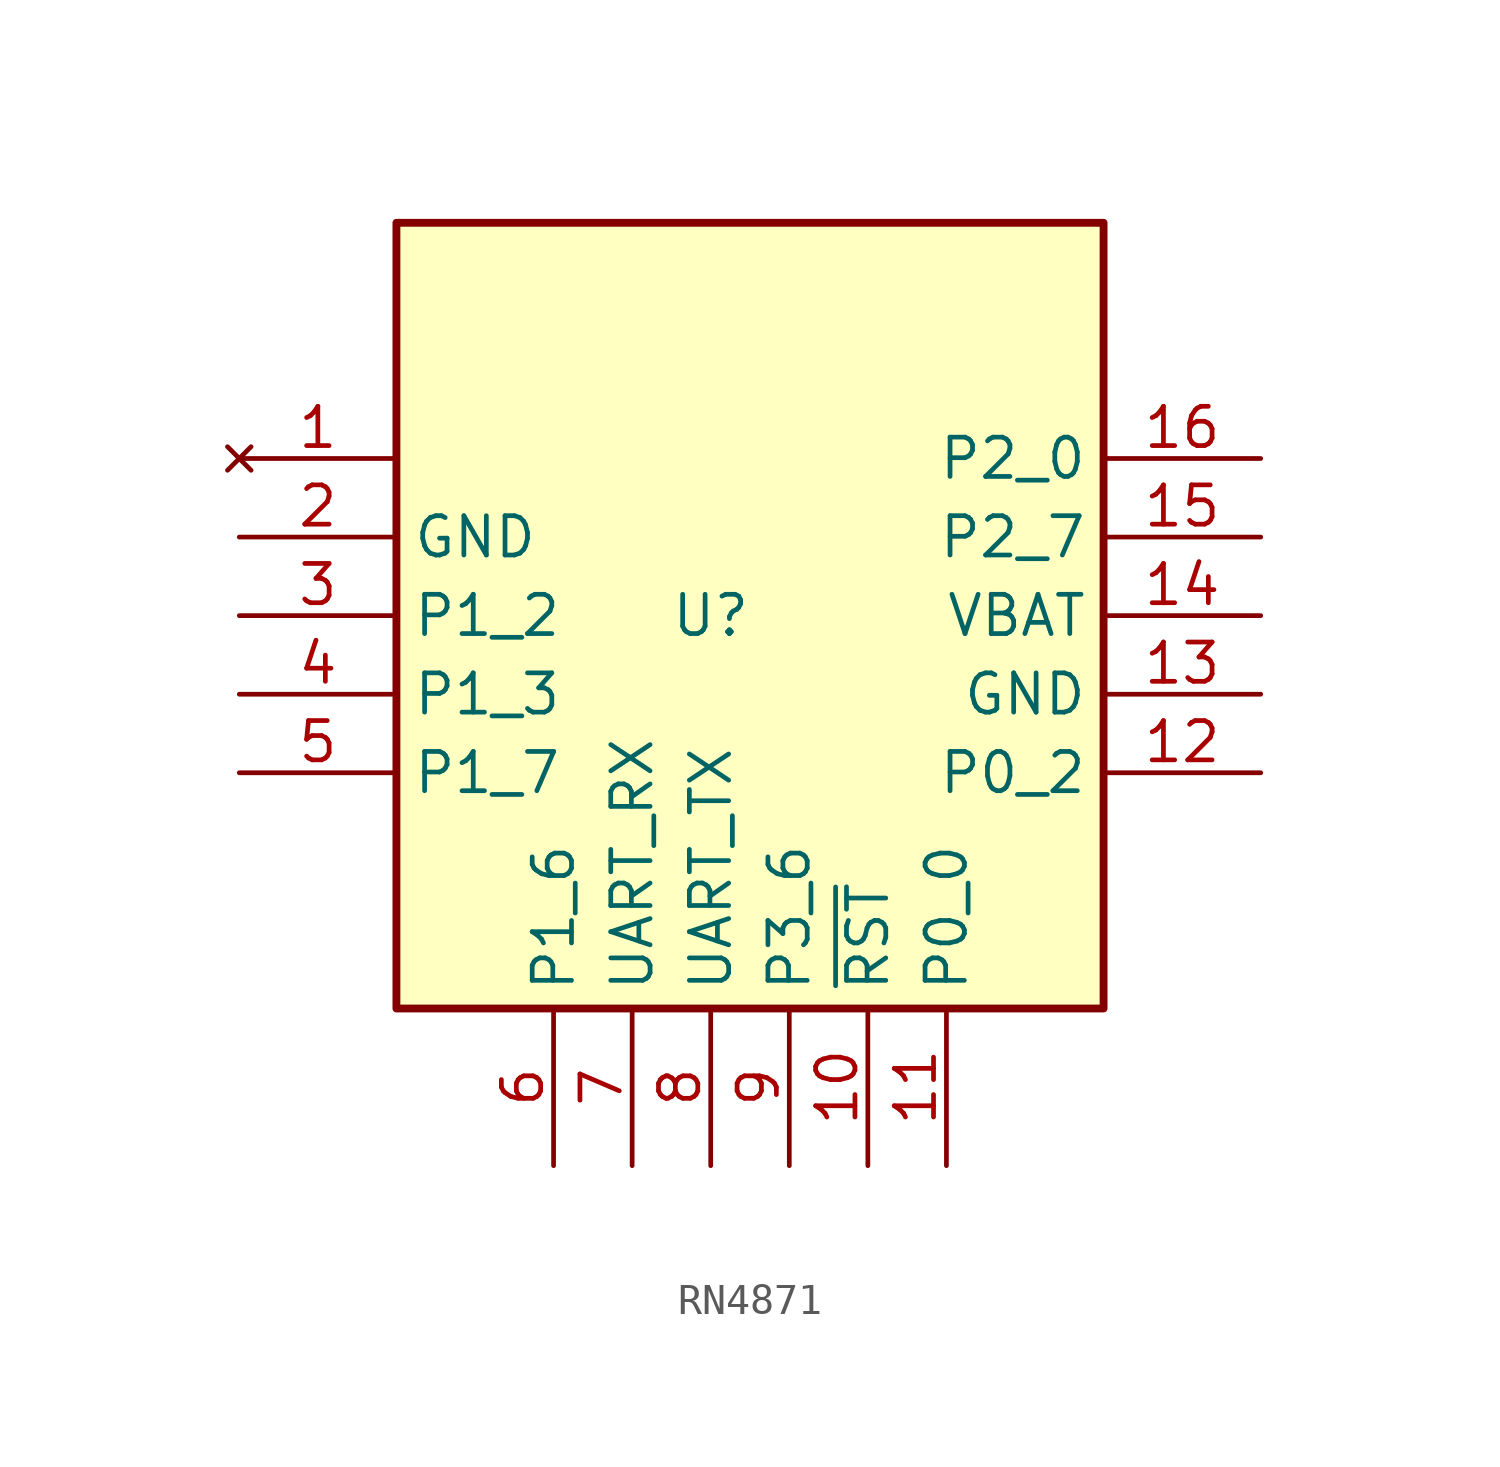
<source format=kicad_sym>
(kicad_symbol_lib
  (version 20231120)
  (generator "kicad_symbol_editor")
  (generator_version "8.0")
  (symbol "RN4871"
    (property "Reference" "U"
      (at 0 0 0)
      (effects (font (size 1.27 1.27))))
    (property "Value" ""
      (at -2.54 -2.54 0)
      (effects (font (size 1.27 1.27))))
    (symbol "RN4871_1_1"
      (rectangle (start -10.16 12.7) (end 12.7 -12.7) (stroke (width 0.254) (type default)) (fill (type background)))
      (pin no_connect line (at -15.24 5.08 0) (length 5.08) (name "" (effects (font (size 1.27 1.27)))) (number "1" (effects (font (size 1.27 1.27)))))
      (pin input line (at 5.08 -17.78 90) (length 5.08) (name "~{RST}" (effects (font (size 1.27 1.27)))) (number "10" (effects (font (size 1.27 1.27)))))
      (pin bidirectional line (at 7.62 -17.78 90) (length 5.08) (name "P0_0" (effects (font (size 1.27 1.27)))) (number "11" (effects (font (size 1.27 1.27)))))
      (pin bidirectional line (at 17.78 -5.08 180) (length 5.08) (name "P0_2" (effects (font (size 1.27 1.27)))) (number "12" (effects (font (size 1.27 1.27)))))
      (pin power_in line (at 17.78 -2.54 180) (length 5.08) (name "GND" (effects (font (size 1.27 1.27)))) (number "13" (effects (font (size 1.27 1.27)))))
      (pin power_in line (at 17.78 0 180) (length 5.08) (name "VBAT" (effects (font (size 1.27 1.27)))) (number "14" (effects (font (size 1.27 1.27)))))
      (pin output line (at 17.78 2.54 180) (length 5.08) (name "P2_7" (effects (font (size 1.27 1.27)))) (number "15" (effects (font (size 1.27 1.27)))))
      (pin input line (at 17.78 5.08 180) (length 5.08) (name "P2_0" (effects (font (size 1.27 1.27)))) (number "16" (effects (font (size 1.27 1.27)))))
      (pin power_in line (at -15.24 2.54 0) (length 5.08) (name "GND" (effects (font (size 1.27 1.27)))) (number "2" (effects (font (size 1.27 1.27)))))
      (pin bidirectional line (at -15.24 0 0) (length 5.08) (name "P1_2" (effects (font (size 1.27 1.27)))) (number "3" (effects (font (size 1.27 1.27)))))
      (pin bidirectional line (at -15.24 -2.54 0) (length 5.08) (name "P1_3" (effects (font (size 1.27 1.27)))) (number "4" (effects (font (size 1.27 1.27)))))
      (pin passive line (at -15.24 -5.08 0) (length 5.08) (name "P1_7" (effects (font (size 1.27 1.27)))) (number "5" (effects (font (size 1.27 1.27)))))
      (pin passive line (at -5.08 -17.78 90) (length 5.08) (name "P1_6" (effects (font (size 1.27 1.27)))) (number "6" (effects (font (size 1.27 1.27)))))
      (pin power_in line (at -2.54 -17.78 90) (length 5.08) (name "UART_RX" (effects (font (size 1.27 1.27)))) (number "7" (effects (font (size 1.27 1.27)))))
      (pin output line (at 0 -17.78 90) (length 5.08) (name "UART_TX" (effects (font (size 1.27 1.27)))) (number "8" (effects (font (size 1.27 1.27)))))
      (pin bidirectional line (at 2.54 -17.78 90) (length 5.08) (name "P3_6" (effects (font (size 1.27 1.27)))) (number "9" (effects (font (size 1.27 1.27))))))))
</source>
